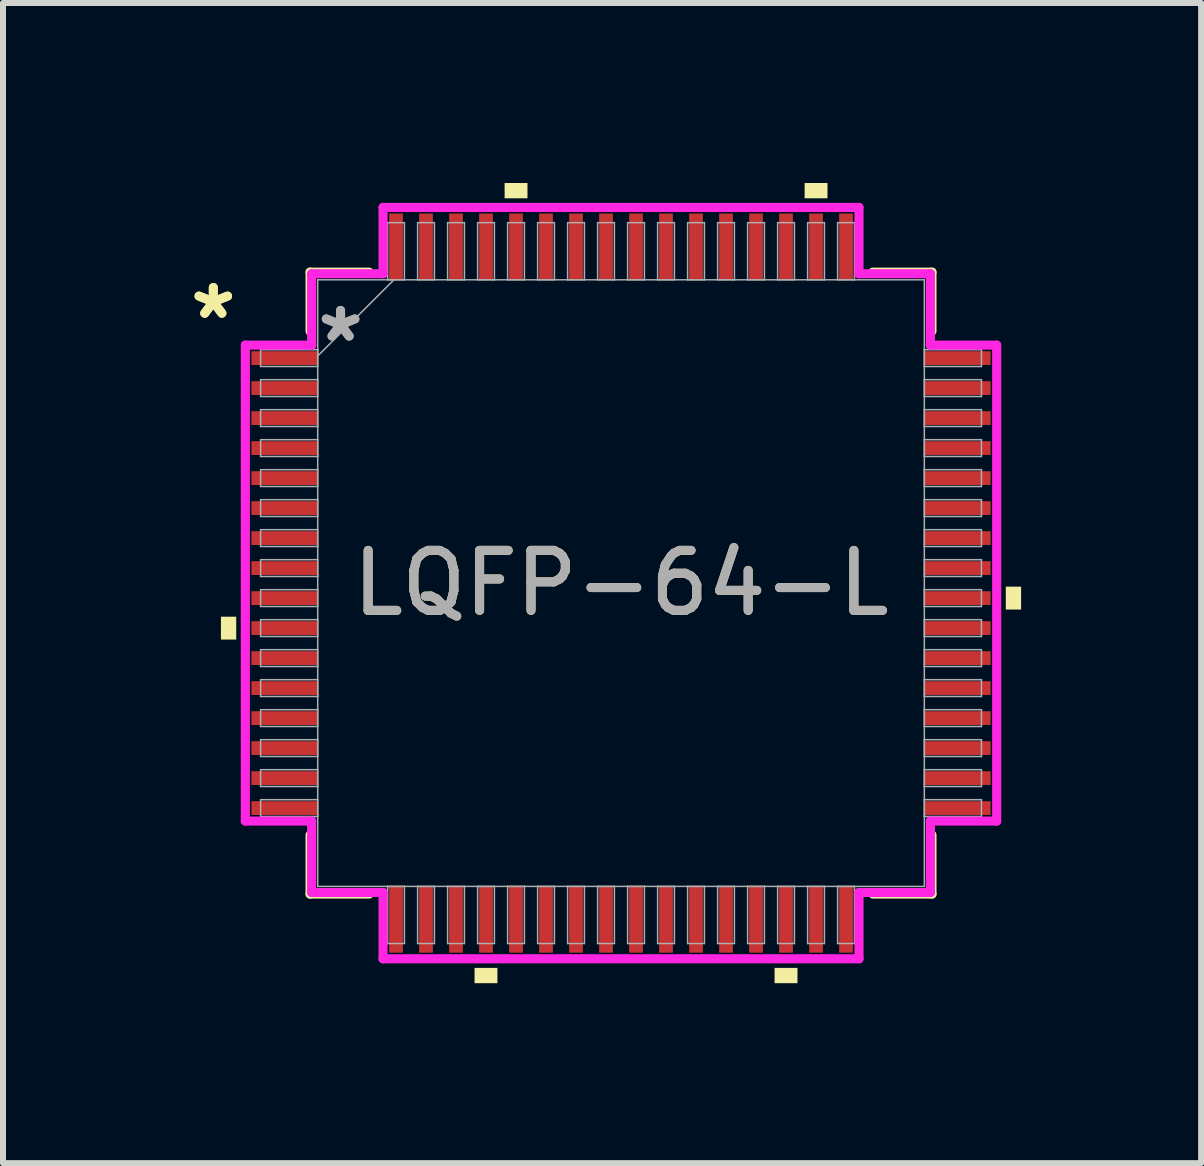
<source format=kicad_pcb>
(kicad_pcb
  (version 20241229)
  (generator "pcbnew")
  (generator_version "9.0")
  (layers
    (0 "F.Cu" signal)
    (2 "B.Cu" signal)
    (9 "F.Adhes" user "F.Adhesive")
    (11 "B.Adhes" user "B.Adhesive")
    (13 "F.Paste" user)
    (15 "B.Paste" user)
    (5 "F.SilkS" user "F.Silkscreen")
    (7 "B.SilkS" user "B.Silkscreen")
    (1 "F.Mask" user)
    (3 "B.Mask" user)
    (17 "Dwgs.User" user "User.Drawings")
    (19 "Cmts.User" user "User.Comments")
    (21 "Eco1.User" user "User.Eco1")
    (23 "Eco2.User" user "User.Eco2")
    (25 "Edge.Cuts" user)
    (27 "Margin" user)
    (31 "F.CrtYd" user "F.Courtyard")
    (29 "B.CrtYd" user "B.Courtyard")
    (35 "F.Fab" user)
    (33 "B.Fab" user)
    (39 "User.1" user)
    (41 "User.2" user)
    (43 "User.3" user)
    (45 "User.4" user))
  (footprint "LQFP-64-L"
    (layer "F.Cu")
    (at 7.3 6.668)
    (property "Reference" "LQFP-64-L" (at 0 0 0) (unlocked yes) (layer "F.SilkS") (effects (font (size 1 1) (thickness 0.15))))
    (attr smd)
    (fp_line (start -5.182 -5.182) (end -5.182 -4.197) (stroke (width 0.152) (type solid)) (layer "F.SilkS"))
    (fp_line (start -5.182 4.197) (end -5.182 5.182) (stroke (width 0.152) (type solid)) (layer "F.SilkS"))
    (fp_line (start -5.182 5.182) (end -4.197 5.182) (stroke (width 0.152) (type solid)) (layer "F.SilkS"))
    (fp_line (start -4.197 -5.182) (end -5.182 -5.182) (stroke (width 0.152) (type solid)) (layer "F.SilkS"))
    (fp_line (start 4.197 5.182) (end 5.182 5.182) (stroke (width 0.152) (type solid)) (layer "F.SilkS"))
    (fp_line (start 5.182 -5.182) (end 4.197 -5.182) (stroke (width 0.152) (type solid)) (layer "F.SilkS"))
    (fp_line (start 5.182 -4.197) (end 5.182 -5.182) (stroke (width 0.152) (type solid)) (layer "F.SilkS"))
    (fp_line (start 5.182 5.182) (end 5.182 4.197) (stroke (width 0.152) (type solid)) (layer "F.SilkS"))
    (fp_poly (pts (xy -6.668 0.56) (xy -6.668 0.941) (xy -6.413 0.941) (xy -6.413 0.56)) (stroke (width 0) (type solid)) (fill yes) (layer "F.SilkS"))
    (fp_poly (pts (xy -2.441 6.413) (xy -2.441 6.668) (xy -2.06 6.668) (xy -2.06 6.413)) (stroke (width 0) (type solid)) (fill yes) (layer "F.SilkS"))
    (fp_poly (pts (xy -1.94 -6.413) (xy -1.94 -6.668) (xy -1.559 -6.668) (xy -1.559 -6.413)) (stroke (width 0) (type solid)) (fill yes) (layer "F.SilkS"))
    (fp_poly (pts (xy 2.559 6.413) (xy 2.559 6.668) (xy 2.941 6.668) (xy 2.941 6.413)) (stroke (width 0) (type solid)) (fill yes) (layer "F.SilkS"))
    (fp_poly (pts (xy 3.06 -6.413) (xy 3.06 -6.668) (xy 3.441 -6.668) (xy 3.441 -6.413)) (stroke (width 0) (type solid)) (fill yes) (layer "F.SilkS"))
    (fp_poly (pts (xy 6.668 0.059) (xy 6.668 0.441) (xy 6.413 0.441) (xy 6.413 0.059)) (stroke (width 0) (type solid)) (fill yes) (layer "F.SilkS"))
    (fp_line (start -6.261 -3.966) (end -5.156 -3.966) (stroke (width 0.152) (type solid)) (layer "F.CrtYd"))
    (fp_line (start -6.261 3.966) (end -6.261 -3.966) (stroke (width 0.152) (type solid)) (layer "F.CrtYd"))
    (fp_line (start -5.156 -5.156) (end -3.966 -5.156) (stroke (width 0.152) (type solid)) (layer "F.CrtYd"))
    (fp_line (start -5.156 -3.966) (end -5.156 -5.156) (stroke (width 0.152) (type solid)) (layer "F.CrtYd"))
    (fp_line (start -5.156 3.966) (end -6.261 3.966) (stroke (width 0.152) (type solid)) (layer "F.CrtYd"))
    (fp_line (start -5.156 5.156) (end -5.156 3.966) (stroke (width 0.152) (type solid)) (layer "F.CrtYd"))
    (fp_line (start -5.156 5.156) (end -3.966 5.156) (stroke (width 0.152) (type solid)) (layer "F.CrtYd"))
    (fp_line (start -3.966 -6.261) (end 3.966 -6.261) (stroke (width 0.152) (type solid)) (layer "F.CrtYd"))
    (fp_line (start -3.966 -5.156) (end -3.966 -6.261) (stroke (width 0.152) (type solid)) (layer "F.CrtYd"))
    (fp_line (start -3.966 5.156) (end -3.966 6.261) (stroke (width 0.152) (type solid)) (layer "F.CrtYd"))
    (fp_line (start -3.966 6.261) (end 3.966 6.261) (stroke (width 0.152) (type solid)) (layer "F.CrtYd"))
    (fp_line (start 3.966 -6.261) (end 3.966 -5.156) (stroke (width 0.152) (type solid)) (layer "F.CrtYd"))
    (fp_line (start 3.966 -5.156) (end 5.156 -5.156) (stroke (width 0.152) (type solid)) (layer "F.CrtYd"))
    (fp_line (start 3.966 5.156) (end 5.156 5.156) (stroke (width 0.152) (type solid)) (layer "F.CrtYd"))
    (fp_line (start 3.966 6.261) (end 3.966 5.156) (stroke (width 0.152) (type solid)) (layer "F.CrtYd"))
    (fp_line (start 5.156 -3.966) (end 5.156 -5.156) (stroke (width 0.152) (type solid)) (layer "F.CrtYd"))
    (fp_line (start 5.156 3.966) (end 6.261 3.966) (stroke (width 0.152) (type solid)) (layer "F.CrtYd"))
    (fp_line (start 5.156 5.156) (end 5.156 3.966) (stroke (width 0.152) (type solid)) (layer "F.CrtYd"))
    (fp_line (start 6.261 -3.966) (end 5.156 -3.966) (stroke (width 0.152) (type solid)) (layer "F.CrtYd"))
    (fp_line (start 6.261 3.966) (end 6.261 -3.966) (stroke (width 0.152) (type solid)) (layer "F.CrtYd"))
    (fp_line (start -6.007 -3.89) (end -6.007 -3.61) (stroke (width 0.025) (type solid)) (layer "F.Fab"))
    (fp_line (start -6.007 -3.61) (end -5.055 -3.61) (stroke (width 0.025) (type solid)) (layer "F.Fab"))
    (fp_line (start -6.007 -3.39) (end -6.007 -3.11) (stroke (width 0.025) (type solid)) (layer "F.Fab"))
    (fp_line (start -6.007 -3.11) (end -5.055 -3.11) (stroke (width 0.025) (type solid)) (layer "F.Fab"))
    (fp_line (start -6.007 -2.89) (end -6.007 -2.61) (stroke (width 0.025) (type solid)) (layer "F.Fab"))
    (fp_line (start -6.007 -2.61) (end -5.055 -2.61) (stroke (width 0.025) (type solid)) (layer "F.Fab"))
    (fp_line (start -6.007 -2.39) (end -6.007 -2.11) (stroke (width 0.025) (type solid)) (layer "F.Fab"))
    (fp_line (start -6.007 -2.11) (end -5.055 -2.11) (stroke (width 0.025) (type solid)) (layer "F.Fab"))
    (fp_line (start -6.007 -1.89) (end -6.007 -1.61) (stroke (width 0.025) (type solid)) (layer "F.Fab"))
    (fp_line (start -6.007 -1.61) (end -5.055 -1.61) (stroke (width 0.025) (type solid)) (layer "F.Fab"))
    (fp_line (start -6.007 -1.39) (end -6.007 -1.11) (stroke (width 0.025) (type solid)) (layer "F.Fab"))
    (fp_line (start -6.007 -1.11) (end -5.055 -1.11) (stroke (width 0.025) (type solid)) (layer "F.Fab"))
    (fp_line (start -6.007 -0.89) (end -6.007 -0.61) (stroke (width 0.025) (type solid)) (layer "F.Fab"))
    (fp_line (start -6.007 -0.61) (end -5.055 -0.61) (stroke (width 0.025) (type solid)) (layer "F.Fab"))
    (fp_line (start -6.007 -0.39) (end -6.007 -0.11) (stroke (width 0.025) (type solid)) (layer "F.Fab"))
    (fp_line (start -6.007 -0.11) (end -5.055 -0.11) (stroke (width 0.025) (type solid)) (layer "F.Fab"))
    (fp_line (start -6.007 0.11) (end -6.007 0.39) (stroke (width 0.025) (type solid)) (layer "F.Fab"))
    (fp_line (start -6.007 0.39) (end -5.055 0.39) (stroke (width 0.025) (type solid)) (layer "F.Fab"))
    (fp_line (start -6.007 0.61) (end -6.007 0.89) (stroke (width 0.025) (type solid)) (layer "F.Fab"))
    (fp_line (start -6.007 0.89) (end -5.055 0.89) (stroke (width 0.025) (type solid)) (layer "F.Fab"))
    (fp_line (start -6.007 1.11) (end -6.007 1.39) (stroke (width 0.025) (type solid)) (layer "F.Fab"))
    (fp_line (start -6.007 1.39) (end -5.055 1.39) (stroke (width 0.025) (type solid)) (layer "F.Fab"))
    (fp_line (start -6.007 1.61) (end -6.007 1.89) (stroke (width 0.025) (type solid)) (layer "F.Fab"))
    (fp_line (start -6.007 1.89) (end -5.055 1.89) (stroke (width 0.025) (type solid)) (layer "F.Fab"))
    (fp_line (start -6.007 2.11) (end -6.007 2.39) (stroke (width 0.025) (type solid)) (layer "F.Fab"))
    (fp_line (start -6.007 2.39) (end -5.055 2.39) (stroke (width 0.025) (type solid)) (layer "F.Fab"))
    (fp_line (start -6.007 2.61) (end -6.007 2.89) (stroke (width 0.025) (type solid)) (layer "F.Fab"))
    (fp_line (start -6.007 2.89) (end -5.055 2.89) (stroke (width 0.025) (type solid)) (layer "F.Fab"))
    (fp_line (start -6.007 3.11) (end -6.007 3.39) (stroke (width 0.025) (type solid)) (layer "F.Fab"))
    (fp_line (start -6.007 3.39) (end -5.055 3.39) (stroke (width 0.025) (type solid)) (layer "F.Fab"))
    (fp_line (start -6.007 3.61) (end -6.007 3.89) (stroke (width 0.025) (type solid)) (layer "F.Fab"))
    (fp_line (start -6.007 3.89) (end -5.055 3.89) (stroke (width 0.025) (type solid)) (layer "F.Fab"))
    (fp_line (start -5.055 -5.055) (end -5.055 5.055) (stroke (width 0.025) (type solid)) (layer "F.Fab"))
    (fp_line (start -5.055 -3.89) (end -6.007 -3.89) (stroke (width 0.025) (type solid)) (layer "F.Fab"))
    (fp_line (start -5.055 -3.785) (end -3.785 -5.055) (stroke (width 0.025) (type solid)) (layer "F.Fab"))
    (fp_line (start -5.055 -3.61) (end -5.055 -3.89) (stroke (width 0.025) (type solid)) (layer "F.Fab"))
    (fp_line (start -5.055 -3.39) (end -6.007 -3.39) (stroke (width 0.025) (type solid)) (layer "F.Fab"))
    (fp_line (start -5.055 -3.11) (end -5.055 -3.39) (stroke (width 0.025) (type solid)) (layer "F.Fab"))
    (fp_line (start -5.055 -2.89) (end -6.007 -2.89) (stroke (width 0.025) (type solid)) (layer "F.Fab"))
    (fp_line (start -5.055 -2.61) (end -5.055 -2.89) (stroke (width 0.025) (type solid)) (layer "F.Fab"))
    (fp_line (start -5.055 -2.39) (end -6.007 -2.39) (stroke (width 0.025) (type solid)) (layer "F.Fab"))
    (fp_line (start -5.055 -2.11) (end -5.055 -2.39) (stroke (width 0.025) (type solid)) (layer "F.Fab"))
    (fp_line (start -5.055 -1.89) (end -6.007 -1.89) (stroke (width 0.025) (type solid)) (layer "F.Fab"))
    (fp_line (start -5.055 -1.61) (end -5.055 -1.89) (stroke (width 0.025) (type solid)) (layer "F.Fab"))
    (fp_line (start -5.055 -1.39) (end -6.007 -1.39) (stroke (width 0.025) (type solid)) (layer "F.Fab"))
    (fp_line (start -5.055 -1.11) (end -5.055 -1.39) (stroke (width 0.025) (type solid)) (layer "F.Fab"))
    (fp_line (start -5.055 -0.89) (end -6.007 -0.89) (stroke (width 0.025) (type solid)) (layer "F.Fab"))
    (fp_line (start -5.055 -0.61) (end -5.055 -0.89) (stroke (width 0.025) (type solid)) (layer "F.Fab"))
    (fp_line (start -5.055 -0.39) (end -6.007 -0.39) (stroke (width 0.025) (type solid)) (layer "F.Fab"))
    (fp_line (start -5.055 -0.11) (end -5.055 -0.39) (stroke (width 0.025) (type solid)) (layer "F.Fab"))
    (fp_line (start -5.055 0.11) (end -6.007 0.11) (stroke (width 0.025) (type solid)) (layer "F.Fab"))
    (fp_line (start -5.055 0.39) (end -5.055 0.11) (stroke (width 0.025) (type solid)) (layer "F.Fab"))
    (fp_line (start -5.055 0.61) (end -6.007 0.61) (stroke (width 0.025) (type solid)) (layer "F.Fab"))
    (fp_line (start -5.055 0.89) (end -5.055 0.61) (stroke (width 0.025) (type solid)) (layer "F.Fab"))
    (fp_line (start -5.055 1.11) (end -6.007 1.11) (stroke (width 0.025) (type solid)) (layer "F.Fab"))
    (fp_line (start -5.055 1.39) (end -5.055 1.11) (stroke (width 0.025) (type solid)) (layer "F.Fab"))
    (fp_line (start -5.055 1.61) (end -6.007 1.61) (stroke (width 0.025) (type solid)) (layer "F.Fab"))
    (fp_line (start -5.055 1.89) (end -5.055 1.61) (stroke (width 0.025) (type solid)) (layer "F.Fab"))
    (fp_line (start -5.055 2.11) (end -6.007 2.11) (stroke (width 0.025) (type solid)) (layer "F.Fab"))
    (fp_line (start -5.055 2.39) (end -5.055 2.11) (stroke (width 0.025) (type solid)) (layer "F.Fab"))
    (fp_line (start -5.055 2.61) (end -6.007 2.61) (stroke (width 0.025) (type solid)) (layer "F.Fab"))
    (fp_line (start -5.055 2.89) (end -5.055 2.61) (stroke (width 0.025) (type solid)) (layer "F.Fab"))
    (fp_line (start -5.055 3.11) (end -6.007 3.11) (stroke (width 0.025) (type solid)) (layer "F.Fab"))
    (fp_line (start -5.055 3.39) (end -5.055 3.11) (stroke (width 0.025) (type solid)) (layer "F.Fab"))
    (fp_line (start -5.055 3.61) (end -6.007 3.61) (stroke (width 0.025) (type solid)) (layer "F.Fab"))
    (fp_line (start -5.055 3.89) (end -5.055 3.61) (stroke (width 0.025) (type solid)) (layer "F.Fab"))
    (fp_line (start -5.055 5.055) (end 5.055 5.055) (stroke (width 0.025) (type solid)) (layer "F.Fab"))
    (fp_line (start -3.89 -6.007) (end -3.89 -5.055) (stroke (width 0.025) (type solid)) (layer "F.Fab"))
    (fp_line (start -3.89 -5.055) (end -3.61 -5.055) (stroke (width 0.025) (type solid)) (layer "F.Fab"))
    (fp_line (start -3.89 5.055) (end -3.89 6.007) (stroke (width 0.025) (type solid)) (layer "F.Fab"))
    (fp_line (start -3.89 6.007) (end -3.61 6.007) (stroke (width 0.025) (type solid)) (layer "F.Fab"))
    (fp_line (start -3.61 -6.007) (end -3.89 -6.007) (stroke (width 0.025) (type solid)) (layer "F.Fab"))
    (fp_line (start -3.61 -5.055) (end -3.61 -6.007) (stroke (width 0.025) (type solid)) (layer "F.Fab"))
    (fp_line (start -3.61 5.055) (end -3.89 5.055) (stroke (width 0.025) (type solid)) (layer "F.Fab"))
    (fp_line (start -3.61 6.007) (end -3.61 5.055) (stroke (width 0.025) (type solid)) (layer "F.Fab"))
    (fp_line (start -3.39 -6.007) (end -3.39 -5.055) (stroke (width 0.025) (type solid)) (layer "F.Fab"))
    (fp_line (start -3.39 -5.055) (end -3.11 -5.055) (stroke (width 0.025) (type solid)) (layer "F.Fab"))
    (fp_line (start -3.39 5.055) (end -3.39 6.007) (stroke (width 0.025) (type solid)) (layer "F.Fab"))
    (fp_line (start -3.39 6.007) (end -3.11 6.007) (stroke (width 0.025) (type solid)) (layer "F.Fab"))
    (fp_line (start -3.11 -6.007) (end -3.39 -6.007) (stroke (width 0.025) (type solid)) (layer "F.Fab"))
    (fp_line (start -3.11 -5.055) (end -3.11 -6.007) (stroke (width 0.025) (type solid)) (layer "F.Fab"))
    (fp_line (start -3.11 5.055) (end -3.39 5.055) (stroke (width 0.025) (type solid)) (layer "F.Fab"))
    (fp_line (start -3.11 6.007) (end -3.11 5.055) (stroke (width 0.025) (type solid)) (layer "F.Fab"))
    (fp_line (start -2.89 -6.007) (end -2.89 -5.055) (stroke (width 0.025) (type solid)) (layer "F.Fab"))
    (fp_line (start -2.89 -5.055) (end -2.61 -5.055) (stroke (width 0.025) (type solid)) (layer "F.Fab"))
    (fp_line (start -2.89 5.055) (end -2.89 6.007) (stroke (width 0.025) (type solid)) (layer "F.Fab"))
    (fp_line (start -2.89 6.007) (end -2.61 6.007) (stroke (width 0.025) (type solid)) (layer "F.Fab"))
    (fp_line (start -2.61 -6.007) (end -2.89 -6.007) (stroke (width 0.025) (type solid)) (layer "F.Fab"))
    (fp_line (start -2.61 -5.055) (end -2.61 -6.007) (stroke (width 0.025) (type solid)) (layer "F.Fab"))
    (fp_line (start -2.61 5.055) (end -2.89 5.055) (stroke (width 0.025) (type solid)) (layer "F.Fab"))
    (fp_line (start -2.61 6.007) (end -2.61 5.055) (stroke (width 0.025) (type solid)) (layer "F.Fab"))
    (fp_line (start -2.39 -6.007) (end -2.39 -5.055) (stroke (width 0.025) (type solid)) (layer "F.Fab"))
    (fp_line (start -2.39 -5.055) (end -2.11 -5.055) (stroke (width 0.025) (type solid)) (layer "F.Fab"))
    (fp_line (start -2.39 5.055) (end -2.39 6.007) (stroke (width 0.025) (type solid)) (layer "F.Fab"))
    (fp_line (start -2.39 6.007) (end -2.11 6.007) (stroke (width 0.025) (type solid)) (layer "F.Fab"))
    (fp_line (start -2.11 -6.007) (end -2.39 -6.007) (stroke (width 0.025) (type solid)) (layer "F.Fab"))
    (fp_line (start -2.11 -5.055) (end -2.11 -6.007) (stroke (width 0.025) (type solid)) (layer "F.Fab"))
    (fp_line (start -2.11 5.055) (end -2.39 5.055) (stroke (width 0.025) (type solid)) (layer "F.Fab"))
    (fp_line (start -2.11 6.007) (end -2.11 5.055) (stroke (width 0.025) (type solid)) (layer "F.Fab"))
    (fp_line (start -1.89 -6.007) (end -1.89 -5.055) (stroke (width 0.025) (type solid)) (layer "F.Fab"))
    (fp_line (start -1.89 -5.055) (end -1.61 -5.055) (stroke (width 0.025) (type solid)) (layer "F.Fab"))
    (fp_line (start -1.89 5.055) (end -1.89 6.007) (stroke (width 0.025) (type solid)) (layer "F.Fab"))
    (fp_line (start -1.89 6.007) (end -1.61 6.007) (stroke (width 0.025) (type solid)) (layer "F.Fab"))
    (fp_line (start -1.61 -6.007) (end -1.89 -6.007) (stroke (width 0.025) (type solid)) (layer "F.Fab"))
    (fp_line (start -1.61 -5.055) (end -1.61 -6.007) (stroke (width 0.025) (type solid)) (layer "F.Fab"))
    (fp_line (start -1.61 5.055) (end -1.89 5.055) (stroke (width 0.025) (type solid)) (layer "F.Fab"))
    (fp_line (start -1.61 6.007) (end -1.61 5.055) (stroke (width 0.025) (type solid)) (layer "F.Fab"))
    (fp_line (start -1.39 -6.007) (end -1.39 -5.055) (stroke (width 0.025) (type solid)) (layer "F.Fab"))
    (fp_line (start -1.39 -5.055) (end -1.11 -5.055) (stroke (width 0.025) (type solid)) (layer "F.Fab"))
    (fp_line (start -1.39 5.055) (end -1.39 6.007) (stroke (width 0.025) (type solid)) (layer "F.Fab"))
    (fp_line (start -1.39 6.007) (end -1.11 6.007) (stroke (width 0.025) (type solid)) (layer "F.Fab"))
    (fp_line (start -1.11 -6.007) (end -1.39 -6.007) (stroke (width 0.025) (type solid)) (layer "F.Fab"))
    (fp_line (start -1.11 -5.055) (end -1.11 -6.007) (stroke (width 0.025) (type solid)) (layer "F.Fab"))
    (fp_line (start -1.11 5.055) (end -1.39 5.055) (stroke (width 0.025) (type solid)) (layer "F.Fab"))
    (fp_line (start -1.11 6.007) (end -1.11 5.055) (stroke (width 0.025) (type solid)) (layer "F.Fab"))
    (fp_line (start -0.89 -6.007) (end -0.89 -5.055) (stroke (width 0.025) (type solid)) (layer "F.Fab"))
    (fp_line (start -0.89 -5.055) (end -0.61 -5.055) (stroke (width 0.025) (type solid)) (layer "F.Fab"))
    (fp_line (start -0.89 5.055) (end -0.89 6.007) (stroke (width 0.025) (type solid)) (layer "F.Fab"))
    (fp_line (start -0.89 6.007) (end -0.61 6.007) (stroke (width 0.025) (type solid)) (layer "F.Fab"))
    (fp_line (start -0.61 -6.007) (end -0.89 -6.007) (stroke (width 0.025) (type solid)) (layer "F.Fab"))
    (fp_line (start -0.61 -5.055) (end -0.61 -6.007) (stroke (width 0.025) (type solid)) (layer "F.Fab"))
    (fp_line (start -0.61 5.055) (end -0.89 5.055) (stroke (width 0.025) (type solid)) (layer "F.Fab"))
    (fp_line (start -0.61 6.007) (end -0.61 5.055) (stroke (width 0.025) (type solid)) (layer "F.Fab"))
    (fp_line (start -0.39 -6.007) (end -0.39 -5.055) (stroke (width 0.025) (type solid)) (layer "F.Fab"))
    (fp_line (start -0.39 -5.055) (end -0.11 -5.055) (stroke (width 0.025) (type solid)) (layer "F.Fab"))
    (fp_line (start -0.39 5.055) (end -0.39 6.007) (stroke (width 0.025) (type solid)) (layer "F.Fab"))
    (fp_line (start -0.39 6.007) (end -0.11 6.007) (stroke (width 0.025) (type solid)) (layer "F.Fab"))
    (fp_line (start -0.11 -6.007) (end -0.39 -6.007) (stroke (width 0.025) (type solid)) (layer "F.Fab"))
    (fp_line (start -0.11 -5.055) (end -0.11 -6.007) (stroke (width 0.025) (type solid)) (layer "F.Fab"))
    (fp_line (start -0.11 5.055) (end -0.39 5.055) (stroke (width 0.025) (type solid)) (layer "F.Fab"))
    (fp_line (start -0.11 6.007) (end -0.11 5.055) (stroke (width 0.025) (type solid)) (layer "F.Fab"))
    (fp_line (start 0.11 -6.007) (end 0.11 -5.055) (stroke (width 0.025) (type solid)) (layer "F.Fab"))
    (fp_line (start 0.11 -5.055) (end 0.39 -5.055) (stroke (width 0.025) (type solid)) (layer "F.Fab"))
    (fp_line (start 0.11 5.055) (end 0.11 6.007) (stroke (width 0.025) (type solid)) (layer "F.Fab"))
    (fp_line (start 0.11 6.007) (end 0.39 6.007) (stroke (width 0.025) (type solid)) (layer "F.Fab"))
    (fp_line (start 0.39 -6.007) (end 0.11 -6.007) (stroke (width 0.025) (type solid)) (layer "F.Fab"))
    (fp_line (start 0.39 -5.055) (end 0.39 -6.007) (stroke (width 0.025) (type solid)) (layer "F.Fab"))
    (fp_line (start 0.39 5.055) (end 0.11 5.055) (stroke (width 0.025) (type solid)) (layer "F.Fab"))
    (fp_line (start 0.39 6.007) (end 0.39 5.055) (stroke (width 0.025) (type solid)) (layer "F.Fab"))
    (fp_line (start 0.61 -6.007) (end 0.61 -5.055) (stroke (width 0.025) (type solid)) (layer "F.Fab"))
    (fp_line (start 0.61 -5.055) (end 0.89 -5.055) (stroke (width 0.025) (type solid)) (layer "F.Fab"))
    (fp_line (start 0.61 5.055) (end 0.61 6.007) (stroke (width 0.025) (type solid)) (layer "F.Fab"))
    (fp_line (start 0.61 6.007) (end 0.89 6.007) (stroke (width 0.025) (type solid)) (layer "F.Fab"))
    (fp_line (start 0.89 -6.007) (end 0.61 -6.007) (stroke (width 0.025) (type solid)) (layer "F.Fab"))
    (fp_line (start 0.89 -5.055) (end 0.89 -6.007) (stroke (width 0.025) (type solid)) (layer "F.Fab"))
    (fp_line (start 0.89 5.055) (end 0.61 5.055) (stroke (width 0.025) (type solid)) (layer "F.Fab"))
    (fp_line (start 0.89 6.007) (end 0.89 5.055) (stroke (width 0.025) (type solid)) (layer "F.Fab"))
    (fp_line (start 1.11 -6.007) (end 1.11 -5.055) (stroke (width 0.025) (type solid)) (layer "F.Fab"))
    (fp_line (start 1.11 -5.055) (end 1.39 -5.055) (stroke (width 0.025) (type solid)) (layer "F.Fab"))
    (fp_line (start 1.11 5.055) (end 1.11 6.007) (stroke (width 0.025) (type solid)) (layer "F.Fab"))
    (fp_line (start 1.11 6.007) (end 1.39 6.007) (stroke (width 0.025) (type solid)) (layer "F.Fab"))
    (fp_line (start 1.39 -6.007) (end 1.11 -6.007) (stroke (width 0.025) (type solid)) (layer "F.Fab"))
    (fp_line (start 1.39 -5.055) (end 1.39 -6.007) (stroke (width 0.025) (type solid)) (layer "F.Fab"))
    (fp_line (start 1.39 5.055) (end 1.11 5.055) (stroke (width 0.025) (type solid)) (layer "F.Fab"))
    (fp_line (start 1.39 6.007) (end 1.39 5.055) (stroke (width 0.025) (type solid)) (layer "F.Fab"))
    (fp_line (start 1.61 -6.007) (end 1.61 -5.055) (stroke (width 0.025) (type solid)) (layer "F.Fab"))
    (fp_line (start 1.61 -5.055) (end 1.89 -5.055) (stroke (width 0.025) (type solid)) (layer "F.Fab"))
    (fp_line (start 1.61 5.055) (end 1.61 6.007) (stroke (width 0.025) (type solid)) (layer "F.Fab"))
    (fp_line (start 1.61 6.007) (end 1.89 6.007) (stroke (width 0.025) (type solid)) (layer "F.Fab"))
    (fp_line (start 1.89 -6.007) (end 1.61 -6.007) (stroke (width 0.025) (type solid)) (layer "F.Fab"))
    (fp_line (start 1.89 -5.055) (end 1.89 -6.007) (stroke (width 0.025) (type solid)) (layer "F.Fab"))
    (fp_line (start 1.89 5.055) (end 1.61 5.055) (stroke (width 0.025) (type solid)) (layer "F.Fab"))
    (fp_line (start 1.89 6.007) (end 1.89 5.055) (stroke (width 0.025) (type solid)) (layer "F.Fab"))
    (fp_line (start 2.11 -6.007) (end 2.11 -5.055) (stroke (width 0.025) (type solid)) (layer "F.Fab"))
    (fp_line (start 2.11 -5.055) (end 2.39 -5.055) (stroke (width 0.025) (type solid)) (layer "F.Fab"))
    (fp_line (start 2.11 5.055) (end 2.11 6.007) (stroke (width 0.025) (type solid)) (layer "F.Fab"))
    (fp_line (start 2.11 6.007) (end 2.39 6.007) (stroke (width 0.025) (type solid)) (layer "F.Fab"))
    (fp_line (start 2.39 -6.007) (end 2.11 -6.007) (stroke (width 0.025) (type solid)) (layer "F.Fab"))
    (fp_line (start 2.39 -5.055) (end 2.39 -6.007) (stroke (width 0.025) (type solid)) (layer "F.Fab"))
    (fp_line (start 2.39 5.055) (end 2.11 5.055) (stroke (width 0.025) (type solid)) (layer "F.Fab"))
    (fp_line (start 2.39 6.007) (end 2.39 5.055) (stroke (width 0.025) (type solid)) (layer "F.Fab"))
    (fp_line (start 2.61 -6.007) (end 2.61 -5.055) (stroke (width 0.025) (type solid)) (layer "F.Fab"))
    (fp_line (start 2.61 -5.055) (end 2.89 -5.055) (stroke (width 0.025) (type solid)) (layer "F.Fab"))
    (fp_line (start 2.61 5.055) (end 2.61 6.007) (stroke (width 0.025) (type solid)) (layer "F.Fab"))
    (fp_line (start 2.61 6.007) (end 2.89 6.007) (stroke (width 0.025) (type solid)) (layer "F.Fab"))
    (fp_line (start 2.89 -6.007) (end 2.61 -6.007) (stroke (width 0.025) (type solid)) (layer "F.Fab"))
    (fp_line (start 2.89 -5.055) (end 2.89 -6.007) (stroke (width 0.025) (type solid)) (layer "F.Fab"))
    (fp_line (start 2.89 5.055) (end 2.61 5.055) (stroke (width 0.025) (type solid)) (layer "F.Fab"))
    (fp_line (start 2.89 6.007) (end 2.89 5.055) (stroke (width 0.025) (type solid)) (layer "F.Fab"))
    (fp_line (start 3.11 -6.007) (end 3.11 -5.055) (stroke (width 0.025) (type solid)) (layer "F.Fab"))
    (fp_line (start 3.11 -5.055) (end 3.39 -5.055) (stroke (width 0.025) (type solid)) (layer "F.Fab"))
    (fp_line (start 3.11 5.055) (end 3.11 6.007) (stroke (width 0.025) (type solid)) (layer "F.Fab"))
    (fp_line (start 3.11 6.007) (end 3.39 6.007) (stroke (width 0.025) (type solid)) (layer "F.Fab"))
    (fp_line (start 3.39 -6.007) (end 3.11 -6.007) (stroke (width 0.025) (type solid)) (layer "F.Fab"))
    (fp_line (start 3.39 -5.055) (end 3.39 -6.007) (stroke (width 0.025) (type solid)) (layer "F.Fab"))
    (fp_line (start 3.39 5.055) (end 3.11 5.055) (stroke (width 0.025) (type solid)) (layer "F.Fab"))
    (fp_line (start 3.39 6.007) (end 3.39 5.055) (stroke (width 0.025) (type solid)) (layer "F.Fab"))
    (fp_line (start 3.61 -6.007) (end 3.61 -5.055) (stroke (width 0.025) (type solid)) (layer "F.Fab"))
    (fp_line (start 3.61 -5.055) (end 3.89 -5.055) (stroke (width 0.025) (type solid)) (layer "F.Fab"))
    (fp_line (start 3.61 5.055) (end 3.61 6.007) (stroke (width 0.025) (type solid)) (layer "F.Fab"))
    (fp_line (start 3.61 6.007) (end 3.89 6.007) (stroke (width 0.025) (type solid)) (layer "F.Fab"))
    (fp_line (start 3.89 -6.007) (end 3.61 -6.007) (stroke (width 0.025) (type solid)) (layer "F.Fab"))
    (fp_line (start 3.89 -5.055) (end 3.89 -6.007) (stroke (width 0.025) (type solid)) (layer "F.Fab"))
    (fp_line (start 3.89 5.055) (end 3.61 5.055) (stroke (width 0.025) (type solid)) (layer "F.Fab"))
    (fp_line (start 3.89 6.007) (end 3.89 5.055) (stroke (width 0.025) (type solid)) (layer "F.Fab"))
    (fp_line (start 5.055 -5.055) (end -5.055 -5.055) (stroke (width 0.025) (type solid)) (layer "F.Fab"))
    (fp_line (start 5.055 -3.89) (end 5.055 -3.61) (stroke (width 0.025) (type solid)) (layer "F.Fab"))
    (fp_line (start 5.055 -3.61) (end 6.007 -3.61) (stroke (width 0.025) (type solid)) (layer "F.Fab"))
    (fp_line (start 5.055 -3.39) (end 5.055 -3.11) (stroke (width 0.025) (type solid)) (layer "F.Fab"))
    (fp_line (start 5.055 -3.11) (end 6.007 -3.11) (stroke (width 0.025) (type solid)) (layer "F.Fab"))
    (fp_line (start 5.055 -2.89) (end 5.055 -2.61) (stroke (width 0.025) (type solid)) (layer "F.Fab"))
    (fp_line (start 5.055 -2.61) (end 6.007 -2.61) (stroke (width 0.025) (type solid)) (layer "F.Fab"))
    (fp_line (start 5.055 -2.39) (end 5.055 -2.11) (stroke (width 0.025) (type solid)) (layer "F.Fab"))
    (fp_line (start 5.055 -2.11) (end 6.007 -2.11) (stroke (width 0.025) (type solid)) (layer "F.Fab"))
    (fp_line (start 5.055 -1.89) (end 5.055 -1.61) (stroke (width 0.025) (type solid)) (layer "F.Fab"))
    (fp_line (start 5.055 -1.61) (end 6.007 -1.61) (stroke (width 0.025) (type solid)) (layer "F.Fab"))
    (fp_line (start 5.055 -1.39) (end 5.055 -1.11) (stroke (width 0.025) (type solid)) (layer "F.Fab"))
    (fp_line (start 5.055 -1.11) (end 6.007 -1.11) (stroke (width 0.025) (type solid)) (layer "F.Fab"))
    (fp_line (start 5.055 -0.89) (end 5.055 -0.61) (stroke (width 0.025) (type solid)) (layer "F.Fab"))
    (fp_line (start 5.055 -0.61) (end 6.007 -0.61) (stroke (width 0.025) (type solid)) (layer "F.Fab"))
    (fp_line (start 5.055 -0.39) (end 5.055 -0.11) (stroke (width 0.025) (type solid)) (layer "F.Fab"))
    (fp_line (start 5.055 -0.11) (end 6.007 -0.11) (stroke (width 0.025) (type solid)) (layer "F.Fab"))
    (fp_line (start 5.055 0.11) (end 5.055 0.39) (stroke (width 0.025) (type solid)) (layer "F.Fab"))
    (fp_line (start 5.055 0.39) (end 6.007 0.39) (stroke (width 0.025) (type solid)) (layer "F.Fab"))
    (fp_line (start 5.055 0.61) (end 5.055 0.89) (stroke (width 0.025) (type solid)) (layer "F.Fab"))
    (fp_line (start 5.055 0.89) (end 6.007 0.89) (stroke (width 0.025) (type solid)) (layer "F.Fab"))
    (fp_line (start 5.055 1.11) (end 5.055 1.39) (stroke (width 0.025) (type solid)) (layer "F.Fab"))
    (fp_line (start 5.055 1.39) (end 6.007 1.39) (stroke (width 0.025) (type solid)) (layer "F.Fab"))
    (fp_line (start 5.055 1.61) (end 5.055 1.89) (stroke (width 0.025) (type solid)) (layer "F.Fab"))
    (fp_line (start 5.055 1.89) (end 6.007 1.89) (stroke (width 0.025) (type solid)) (layer "F.Fab"))
    (fp_line (start 5.055 2.11) (end 5.055 2.39) (stroke (width 0.025) (type solid)) (layer "F.Fab"))
    (fp_line (start 5.055 2.39) (end 6.007 2.39) (stroke (width 0.025) (type solid)) (layer "F.Fab"))
    (fp_line (start 5.055 2.61) (end 5.055 2.89) (stroke (width 0.025) (type solid)) (layer "F.Fab"))
    (fp_line (start 5.055 2.89) (end 6.007 2.89) (stroke (width 0.025) (type solid)) (layer "F.Fab"))
    (fp_line (start 5.055 3.11) (end 5.055 3.39) (stroke (width 0.025) (type solid)) (layer "F.Fab"))
    (fp_line (start 5.055 3.39) (end 6.007 3.39) (stroke (width 0.025) (type solid)) (layer "F.Fab"))
    (fp_line (start 5.055 3.61) (end 5.055 3.89) (stroke (width 0.025) (type solid)) (layer "F.Fab"))
    (fp_line (start 5.055 3.89) (end 6.007 3.89) (stroke (width 0.025) (type solid)) (layer "F.Fab"))
    (fp_line (start 5.055 5.055) (end 5.055 -5.055) (stroke (width 0.025) (type solid)) (layer "F.Fab"))
    (fp_line (start 6.007 -3.89) (end 5.055 -3.89) (stroke (width 0.025) (type solid)) (layer "F.Fab"))
    (fp_line (start 6.007 -3.61) (end 6.007 -3.89) (stroke (width 0.025) (type solid)) (layer "F.Fab"))
    (fp_line (start 6.007 -3.39) (end 5.055 -3.39) (stroke (width 0.025) (type solid)) (layer "F.Fab"))
    (fp_line (start 6.007 -3.11) (end 6.007 -3.39) (stroke (width 0.025) (type solid)) (layer "F.Fab"))
    (fp_line (start 6.007 -2.89) (end 5.055 -2.89) (stroke (width 0.025) (type solid)) (layer "F.Fab"))
    (fp_line (start 6.007 -2.61) (end 6.007 -2.89) (stroke (width 0.025) (type solid)) (layer "F.Fab"))
    (fp_line (start 6.007 -2.39) (end 5.055 -2.39) (stroke (width 0.025) (type solid)) (layer "F.Fab"))
    (fp_line (start 6.007 -2.11) (end 6.007 -2.39) (stroke (width 0.025) (type solid)) (layer "F.Fab"))
    (fp_line (start 6.007 -1.89) (end 5.055 -1.89) (stroke (width 0.025) (type solid)) (layer "F.Fab"))
    (fp_line (start 6.007 -1.61) (end 6.007 -1.89) (stroke (width 0.025) (type solid)) (layer "F.Fab"))
    (fp_line (start 6.007 -1.39) (end 5.055 -1.39) (stroke (width 0.025) (type solid)) (layer "F.Fab"))
    (fp_line (start 6.007 -1.11) (end 6.007 -1.39) (stroke (width 0.025) (type solid)) (layer "F.Fab"))
    (fp_line (start 6.007 -0.89) (end 5.055 -0.89) (stroke (width 0.025) (type solid)) (layer "F.Fab"))
    (fp_line (start 6.007 -0.61) (end 6.007 -0.89) (stroke (width 0.025) (type solid)) (layer "F.Fab"))
    (fp_line (start 6.007 -0.39) (end 5.055 -0.39) (stroke (width 0.025) (type solid)) (layer "F.Fab"))
    (fp_line (start 6.007 -0.11) (end 6.007 -0.39) (stroke (width 0.025) (type solid)) (layer "F.Fab"))
    (fp_line (start 6.007 0.11) (end 5.055 0.11) (stroke (width 0.025) (type solid)) (layer "F.Fab"))
    (fp_line (start 6.007 0.39) (end 6.007 0.11) (stroke (width 0.025) (type solid)) (layer "F.Fab"))
    (fp_line (start 6.007 0.61) (end 5.055 0.61) (stroke (width 0.025) (type solid)) (layer "F.Fab"))
    (fp_line (start 6.007 0.89) (end 6.007 0.61) (stroke (width 0.025) (type solid)) (layer "F.Fab"))
    (fp_line (start 6.007 1.11) (end 5.055 1.11) (stroke (width 0.025) (type solid)) (layer "F.Fab"))
    (fp_line (start 6.007 1.39) (end 6.007 1.11) (stroke (width 0.025) (type solid)) (layer "F.Fab"))
    (fp_line (start 6.007 1.61) (end 5.055 1.61) (stroke (width 0.025) (type solid)) (layer "F.Fab"))
    (fp_line (start 6.007 1.89) (end 6.007 1.61) (stroke (width 0.025) (type solid)) (layer "F.Fab"))
    (fp_line (start 6.007 2.11) (end 5.055 2.11) (stroke (width 0.025) (type solid)) (layer "F.Fab"))
    (fp_line (start 6.007 2.39) (end 6.007 2.11) (stroke (width 0.025) (type solid)) (layer "F.Fab"))
    (fp_line (start 6.007 2.61) (end 5.055 2.61) (stroke (width 0.025) (type solid)) (layer "F.Fab"))
    (fp_line (start 6.007 2.89) (end 6.007 2.61) (stroke (width 0.025) (type solid)) (layer "F.Fab"))
    (fp_line (start 6.007 3.11) (end 5.055 3.11) (stroke (width 0.025) (type solid)) (layer "F.Fab"))
    (fp_line (start 6.007 3.39) (end 6.007 3.11) (stroke (width 0.025) (type solid)) (layer "F.Fab"))
    (fp_line (start 6.007 3.61) (end 5.055 3.61) (stroke (width 0.025) (type solid)) (layer "F.Fab"))
    (fp_line (start 6.007 3.89) (end 6.007 3.61) (stroke (width 0.025) (type solid)) (layer "F.Fab"))
    (fp_text user "*" (at -6.795 -4.381 0) (layer "F.SilkS") (effects (font (size 1 1) (thickness 0.15))))
    (fp_text user "*" (at -6.795 -4.381 0) (unlocked yes) (layer "F.SilkS") (effects (font (size 1 1) (thickness 0.15))))
    (fp_text user "*" (at -4.674 -4 0) (unlocked yes) (layer "F.Fab") (effects (font (size 1 1) (thickness 0.15))))
    (fp_text user "${REFERENCE}" (at 0 0 0) (unlocked yes) (layer "F.Fab") (effects (font (size 1 1) (thickness 0.15))))
    (fp_text user "*" (at -4.674 -4 0) (layer "F.Fab") (effects (font (size 1 1) (thickness 0.15))))
    (pad "1" smd rect (at -5.607 -3.75 90) (size 0.229 1.105) (layers "F.Cu" "F.Mask" "F.Paste"))
    (pad "2" smd rect (at -5.607 -3.25 90) (size 0.229 1.105) (layers "F.Cu" "F.Mask" "F.Paste"))
    (pad "3" smd rect (at -5.607 -2.75 90) (size 0.229 1.105) (layers "F.Cu" "F.Mask" "F.Paste"))
    (pad "4" smd rect (at -5.607 -2.25 90) (size 0.229 1.105) (layers "F.Cu" "F.Mask" "F.Paste"))
    (pad "5" smd rect (at -5.607 -1.75 90) (size 0.229 1.105) (layers "F.Cu" "F.Mask" "F.Paste"))
    (pad "6" smd rect (at -5.607 -1.25 90) (size 0.229 1.105) (layers "F.Cu" "F.Mask" "F.Paste"))
    (pad "7" smd rect (at -5.607 -0.75 90) (size 0.229 1.105) (layers "F.Cu" "F.Mask" "F.Paste"))
    (pad "8" smd rect (at -5.607 -0.25 90) (size 0.229 1.105) (layers "F.Cu" "F.Mask" "F.Paste"))
    (pad "9" smd rect (at -5.607 0.25 90) (size 0.229 1.105) (layers "F.Cu" "F.Mask" "F.Paste"))
    (pad "10" smd rect (at -5.607 0.75 90) (size 0.229 1.105) (layers "F.Cu" "F.Mask" "F.Paste"))
    (pad "11" smd rect (at -5.607 1.25 90) (size 0.229 1.105) (layers "F.Cu" "F.Mask" "F.Paste"))
    (pad "12" smd rect (at -5.607 1.75 90) (size 0.229 1.105) (layers "F.Cu" "F.Mask" "F.Paste"))
    (pad "13" smd rect (at -5.607 2.25 90) (size 0.229 1.105) (layers "F.Cu" "F.Mask" "F.Paste"))
    (pad "14" smd rect (at -5.607 2.75 90) (size 0.229 1.105) (layers "F.Cu" "F.Mask" "F.Paste"))
    (pad "15" smd rect (at -5.607 3.25 90) (size 0.229 1.105) (layers "F.Cu" "F.Mask" "F.Paste"))
    (pad "16" smd rect (at -5.607 3.75 90) (size 0.229 1.105) (layers "F.Cu" "F.Mask" "F.Paste"))
    (pad "17" smd rect (at -3.75 5.607) (size 0.229 1.105) (layers "F.Cu" "F.Mask" "F.Paste"))
    (pad "18" smd rect (at -3.25 5.607) (size 0.229 1.105) (layers "F.Cu" "F.Mask" "F.Paste"))
    (pad "19" smd rect (at -2.75 5.607) (size 0.229 1.105) (layers "F.Cu" "F.Mask" "F.Paste"))
    (pad "20" smd rect (at -2.25 5.607) (size 0.229 1.105) (layers "F.Cu" "F.Mask" "F.Paste"))
    (pad "21" smd rect (at -1.75 5.607) (size 0.229 1.105) (layers "F.Cu" "F.Mask" "F.Paste"))
    (pad "22" smd rect (at -1.25 5.607) (size 0.229 1.105) (layers "F.Cu" "F.Mask" "F.Paste"))
    (pad "23" smd rect (at -0.75 5.607) (size 0.229 1.105) (layers "F.Cu" "F.Mask" "F.Paste"))
    (pad "24" smd rect (at -0.25 5.607) (size 0.229 1.105) (layers "F.Cu" "F.Mask" "F.Paste"))
    (pad "25" smd rect (at 0.25 5.607) (size 0.229 1.105) (layers "F.Cu" "F.Mask" "F.Paste"))
    (pad "26" smd rect (at 0.75 5.607) (size 0.229 1.105) (layers "F.Cu" "F.Mask" "F.Paste"))
    (pad "27" smd rect (at 1.25 5.607) (size 0.229 1.105) (layers "F.Cu" "F.Mask" "F.Paste"))
    (pad "28" smd rect (at 1.75 5.607) (size 0.229 1.105) (layers "F.Cu" "F.Mask" "F.Paste"))
    (pad "29" smd rect (at 2.25 5.607) (size 0.229 1.105) (layers "F.Cu" "F.Mask" "F.Paste"))
    (pad "30" smd rect (at 2.75 5.607) (size 0.229 1.105) (layers "F.Cu" "F.Mask" "F.Paste"))
    (pad "31" smd rect (at 3.25 5.607) (size 0.229 1.105) (layers "F.Cu" "F.Mask" "F.Paste"))
    (pad "32" smd rect (at 3.75 5.607) (size 0.229 1.105) (layers "F.Cu" "F.Mask" "F.Paste"))
    (pad "33" smd rect (at 5.607 3.75 90) (size 0.229 1.105) (layers "F.Cu" "F.Mask" "F.Paste"))
    (pad "34" smd rect (at 5.607 3.25 90) (size 0.229 1.105) (layers "F.Cu" "F.Mask" "F.Paste"))
    (pad "35" smd rect (at 5.607 2.75 90) (size 0.229 1.105) (layers "F.Cu" "F.Mask" "F.Paste"))
    (pad "36" smd rect (at 5.607 2.25 90) (size 0.229 1.105) (layers "F.Cu" "F.Mask" "F.Paste"))
    (pad "37" smd rect (at 5.607 1.75 90) (size 0.229 1.105) (layers "F.Cu" "F.Mask" "F.Paste"))
    (pad "38" smd rect (at 5.607 1.25 90) (size 0.229 1.105) (layers "F.Cu" "F.Mask" "F.Paste"))
    (pad "39" smd rect (at 5.607 0.75 90) (size 0.229 1.105) (layers "F.Cu" "F.Mask" "F.Paste"))
    (pad "40" smd rect (at 5.607 0.25 90) (size 0.229 1.105) (layers "F.Cu" "F.Mask" "F.Paste"))
    (pad "41" smd rect (at 5.607 -0.25 90) (size 0.229 1.105) (layers "F.Cu" "F.Mask" "F.Paste"))
    (pad "42" smd rect (at 5.607 -0.75 90) (size 0.229 1.105) (layers "F.Cu" "F.Mask" "F.Paste"))
    (pad "43" smd rect (at 5.607 -1.25 90) (size 0.229 1.105) (layers "F.Cu" "F.Mask" "F.Paste"))
    (pad "44" smd rect (at 5.607 -1.75 90) (size 0.229 1.105) (layers "F.Cu" "F.Mask" "F.Paste"))
    (pad "45" smd rect (at 5.607 -2.25 90) (size 0.229 1.105) (layers "F.Cu" "F.Mask" "F.Paste"))
    (pad "46" smd rect (at 5.607 -2.75 90) (size 0.229 1.105) (layers "F.Cu" "F.Mask" "F.Paste"))
    (pad "47" smd rect (at 5.607 -3.25 90) (size 0.229 1.105) (layers "F.Cu" "F.Mask" "F.Paste"))
    (pad "48" smd rect (at 5.607 -3.75 90) (size 0.229 1.105) (layers "F.Cu" "F.Mask" "F.Paste"))
    (pad "49" smd rect (at 3.75 -5.607) (size 0.229 1.105) (layers "F.Cu" "F.Mask" "F.Paste"))
    (pad "50" smd rect (at 3.25 -5.607) (size 0.229 1.105) (layers "F.Cu" "F.Mask" "F.Paste"))
    (pad "51" smd rect (at 2.75 -5.607) (size 0.229 1.105) (layers "F.Cu" "F.Mask" "F.Paste"))
    (pad "52" smd rect (at 2.25 -5.607) (size 0.229 1.105) (layers "F.Cu" "F.Mask" "F.Paste"))
    (pad "53" smd rect (at 1.75 -5.607) (size 0.229 1.105) (layers "F.Cu" "F.Mask" "F.Paste"))
    (pad "54" smd rect (at 1.25 -5.607) (size 0.229 1.105) (layers "F.Cu" "F.Mask" "F.Paste"))
    (pad "55" smd rect (at 0.75 -5.607) (size 0.229 1.105) (layers "F.Cu" "F.Mask" "F.Paste"))
    (pad "56" smd rect (at 0.25 -5.607) (size 0.229 1.105) (layers "F.Cu" "F.Mask" "F.Paste"))
    (pad "57" smd rect (at -0.25 -5.607) (size 0.229 1.105) (layers "F.Cu" "F.Mask" "F.Paste"))
    (pad "58" smd rect (at -0.75 -5.607) (size 0.229 1.105) (layers "F.Cu" "F.Mask" "F.Paste"))
    (pad "59" smd rect (at -1.25 -5.607) (size 0.229 1.105) (layers "F.Cu" "F.Mask" "F.Paste"))
    (pad "60" smd rect (at -1.75 -5.607) (size 0.229 1.105) (layers "F.Cu" "F.Mask" "F.Paste"))
    (pad "61" smd rect (at -2.25 -5.607) (size 0.229 1.105) (layers "F.Cu" "F.Mask" "F.Paste"))
    (pad "62" smd rect (at -2.75 -5.607) (size 0.229 1.105) (layers "F.Cu" "F.Mask" "F.Paste"))
    (pad "63" smd rect (at -3.25 -5.607) (size 0.229 1.105) (layers "F.Cu" "F.Mask" "F.Paste"))
    (pad "64" smd rect (at -3.75 -5.607) (size 0.229 1.105) (layers "F.Cu" "F.Mask" "F.Paste")))
  (gr_rect
    (start -3 -3)
    (end 16.968 16.335)
    (stroke (width 0.1) (type default))
    (fill no)
    (layer "Edge.Cuts")))
</source>
